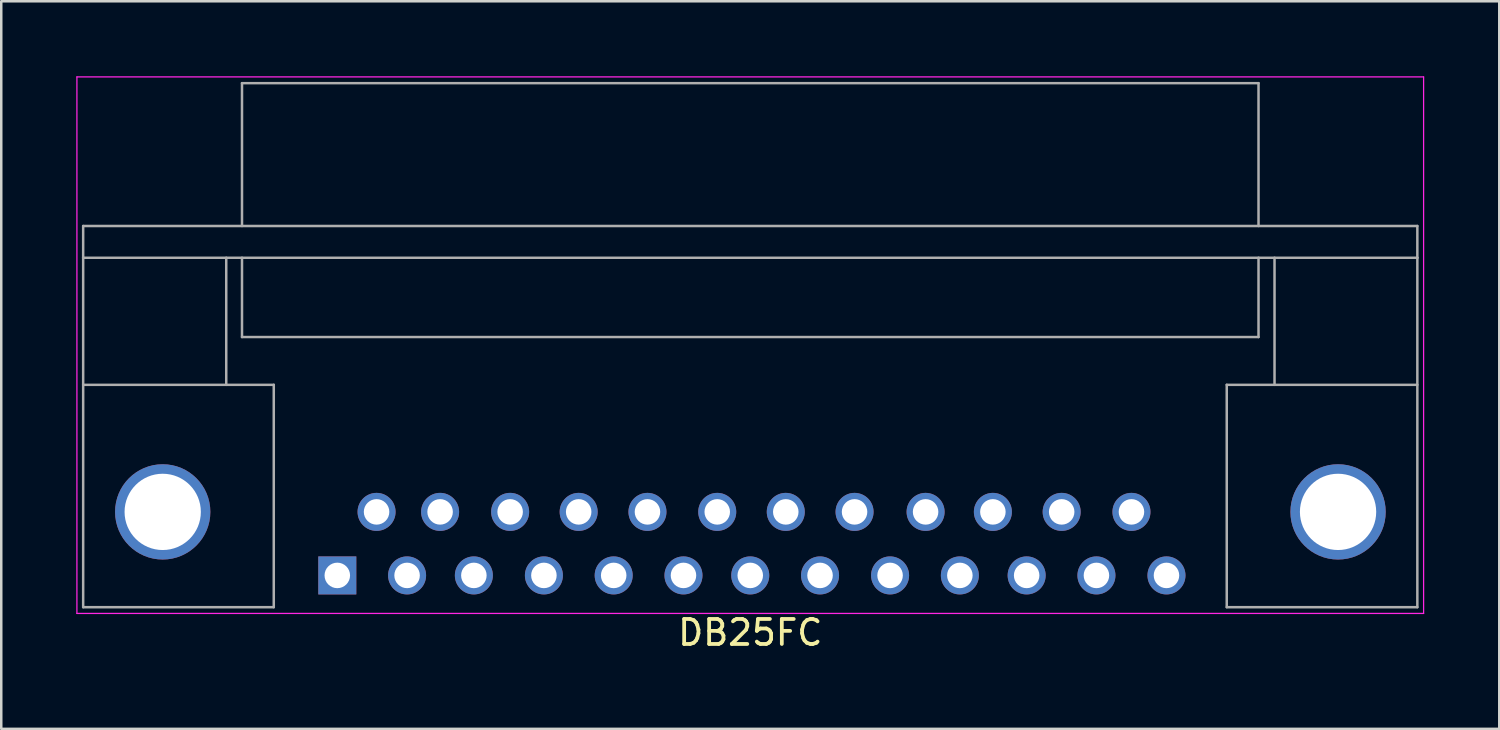
<source format=kicad_pcb>
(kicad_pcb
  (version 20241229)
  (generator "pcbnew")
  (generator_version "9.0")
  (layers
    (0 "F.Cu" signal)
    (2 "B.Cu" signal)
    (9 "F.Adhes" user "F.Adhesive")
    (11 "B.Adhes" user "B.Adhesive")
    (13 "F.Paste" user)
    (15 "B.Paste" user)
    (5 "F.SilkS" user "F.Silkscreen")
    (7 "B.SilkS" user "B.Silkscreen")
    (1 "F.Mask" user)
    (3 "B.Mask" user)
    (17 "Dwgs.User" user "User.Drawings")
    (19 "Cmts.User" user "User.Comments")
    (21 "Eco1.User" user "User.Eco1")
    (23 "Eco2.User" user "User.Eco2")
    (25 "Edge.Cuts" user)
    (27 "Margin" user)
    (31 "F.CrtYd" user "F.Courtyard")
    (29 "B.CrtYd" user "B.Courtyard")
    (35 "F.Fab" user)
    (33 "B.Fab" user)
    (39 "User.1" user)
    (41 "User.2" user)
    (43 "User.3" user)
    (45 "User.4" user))
  (footprint "DB25FC"
    (layer "F.Cu")
    (at 10.435 19.955)
    (property "Reference" "DB25FC" (at 16.51 2.286 0) (layer "F.SilkS") (effects (font (size 1 1) (thickness 0.15))))
    (attr through_hole)
    (fp_line (start -10.41 -19.93) (end -10.41 1.52) (stroke (width 0.05) (type solid)) (layer "F.CrtYd"))
    (fp_line (start -10.41 -19.93) (end 43.43 -19.93) (stroke (width 0.05) (type solid)) (layer "F.CrtYd"))
    (fp_line (start 43.43 1.52) (end -10.41 1.52) (stroke (width 0.05) (type solid)) (layer "F.CrtYd"))
    (fp_line (start 43.43 1.52) (end 43.43 -19.93) (stroke (width 0.05) (type solid)) (layer "F.CrtYd"))
    (fp_line (start -10.16 -13.97) (end -10.16 -12.7) (stroke (width 0.1) (type solid)) (layer "F.Fab"))
    (fp_line (start -10.16 -12.7) (end 43.18 -12.7) (stroke (width 0.1) (type solid)) (layer "F.Fab"))
    (fp_line (start -10.16 -7.62) (end -2.54 -7.62) (stroke (width 0.1) (type solid)) (layer "F.Fab"))
    (fp_line (start -10.16 1.27) (end -10.16 -12.7) (stroke (width 0.1) (type solid)) (layer "F.Fab"))
    (fp_line (start -10.16 1.27) (end -2.54 1.27) (stroke (width 0.1) (type solid)) (layer "F.Fab"))
    (fp_line (start -4.44 -12.7) (end -4.44 -7.62) (stroke (width 0.1) (type solid)) (layer "F.Fab"))
    (fp_line (start -3.81 -19.68) (end -3.81 -13.97) (stroke (width 0.1) (type solid)) (layer "F.Fab"))
    (fp_line (start -3.81 -19.68) (end 36.83 -19.68) (stroke (width 0.1) (type solid)) (layer "F.Fab"))
    (fp_line (start -3.81 -9.53) (end -3.81 -12.7) (stroke (width 0.1) (type solid)) (layer "F.Fab"))
    (fp_line (start -3.81 -9.53) (end 36.83 -9.53) (stroke (width 0.1) (type solid)) (layer "F.Fab"))
    (fp_line (start -2.54 -7.62) (end -2.54 1.27) (stroke (width 0.1) (type solid)) (layer "F.Fab"))
    (fp_line (start 35.56 -7.62) (end 35.56 1.27) (stroke (width 0.1) (type solid)) (layer "F.Fab"))
    (fp_line (start 35.56 1.27) (end 43.18 1.27) (stroke (width 0.1) (type solid)) (layer "F.Fab"))
    (fp_line (start 36.83 -19.68) (end 36.83 -13.97) (stroke (width 0.1) (type solid)) (layer "F.Fab"))
    (fp_line (start 36.83 -9.53) (end 36.83 -12.7) (stroke (width 0.1) (type solid)) (layer "F.Fab"))
    (fp_line (start 37.47 -12.7) (end 37.47 -7.62) (stroke (width 0.1) (type solid)) (layer "F.Fab"))
    (fp_line (start 43.18 -13.97) (end -10.16 -13.97) (stroke (width 0.1) (type solid)) (layer "F.Fab"))
    (fp_line (start 43.18 -12.7) (end 43.18 -13.97) (stroke (width 0.1) (type solid)) (layer "F.Fab"))
    (fp_line (start 43.18 -12.7) (end 43.18 1.27) (stroke (width 0.1) (type solid)) (layer "F.Fab"))
    (fp_line (start 43.18 -7.62) (end 35.56 -7.62) (stroke (width 0.1) (type solid)) (layer "F.Fab"))
    (pad "" thru_hole circle (at -6.98 -2.54) (size 3.81 3.81) (drill 3.05) (layers "*.Cu" "*.Mask"))
    (pad "" thru_hole circle (at 40.01 -2.54) (size 3.81 3.81) (drill 3.05) (layers "*.Cu" "*.Mask"))
    (pad "1" thru_hole rect (at 0 0) (size 1.52 1.52) (drill 1.02) (layers "*.Cu" "*.Mask"))
    (pad "2" thru_hole circle (at 2.79 0) (size 1.52 1.52) (drill 1.02) (layers "*.Cu" "*.Mask"))
    (pad "3" thru_hole circle (at 5.46 0) (size 1.52 1.52) (drill 1.02) (layers "*.Cu" "*.Mask"))
    (pad "4" thru_hole circle (at 8.26 0) (size 1.52 1.52) (drill 1.02) (layers "*.Cu" "*.Mask"))
    (pad "5" thru_hole circle (at 11.05 0) (size 1.52 1.52) (drill 1.02) (layers "*.Cu" "*.Mask"))
    (pad "6" thru_hole circle (at 13.84 0) (size 1.52 1.52) (drill 1.02) (layers "*.Cu" "*.Mask"))
    (pad "7" thru_hole circle (at 16.51 0) (size 1.52 1.52) (drill 1.02) (layers "*.Cu" "*.Mask"))
    (pad "8" thru_hole circle (at 19.3 0) (size 1.52 1.52) (drill 1.02) (layers "*.Cu" "*.Mask"))
    (pad "9" thru_hole circle (at 22.1 0) (size 1.52 1.52) (drill 1.02) (layers "*.Cu" "*.Mask"))
    (pad "10" thru_hole circle (at 24.89 0) (size 1.52 1.52) (drill 1.02) (layers "*.Cu" "*.Mask"))
    (pad "11" thru_hole circle (at 27.56 0) (size 1.52 1.52) (drill 1.02) (layers "*.Cu" "*.Mask"))
    (pad "12" thru_hole circle (at 30.35 0) (size 1.52 1.52) (drill 1.02) (layers "*.Cu" "*.Mask"))
    (pad "13" thru_hole circle (at 33.15 0) (size 1.52 1.52) (drill 1.02) (layers "*.Cu" "*.Mask"))
    (pad "14" thru_hole circle (at 1.57 -2.54) (size 1.52 1.52) (drill 1.02) (layers "*.Cu" "*.Mask"))
    (pad "15" thru_hole circle (at 4.11 -2.54) (size 1.52 1.52) (drill 1.02) (layers "*.Cu" "*.Mask"))
    (pad "16" thru_hole circle (at 6.91 -2.54) (size 1.52 1.52) (drill 1.02) (layers "*.Cu" "*.Mask"))
    (pad "17" thru_hole circle (at 9.65 -2.54) (size 1.52 1.52) (drill 1.02) (layers "*.Cu" "*.Mask"))
    (pad "18" thru_hole circle (at 12.4 -2.54) (size 1.52 1.52) (drill 1.02) (layers "*.Cu" "*.Mask"))
    (pad "19" thru_hole circle (at 15.19 -2.54) (size 1.52 1.52) (drill 1.02) (layers "*.Cu" "*.Mask"))
    (pad "20" thru_hole circle (at 17.93 -2.54) (size 1.52 1.52) (drill 1.02) (layers "*.Cu" "*.Mask"))
    (pad "21" thru_hole circle (at 20.68 -2.54) (size 1.52 1.52) (drill 1.02) (layers "*.Cu" "*.Mask"))
    (pad "22" thru_hole circle (at 23.52 -2.54) (size 1.52 1.52) (drill 1.02) (layers "*.Cu" "*.Mask"))
    (pad "23" thru_hole circle (at 26.21 -2.54) (size 1.52 1.52) (drill 1.02) (layers "*.Cu" "*.Mask"))
    (pad "24" thru_hole circle (at 28.96 -2.54) (size 1.52 1.52) (drill 1.02) (layers "*.Cu" "*.Mask"))
    (pad "25" thru_hole circle (at 31.75 -2.54) (size 1.52 1.52) (drill 1.02) (layers "*.Cu" "*.Mask")))
  (gr_rect
    (start -3 -3)
    (end 56.89 26.089)
    (stroke (width 0.1) (type default))
    (fill no)
    (layer "Edge.Cuts")))
</source>
